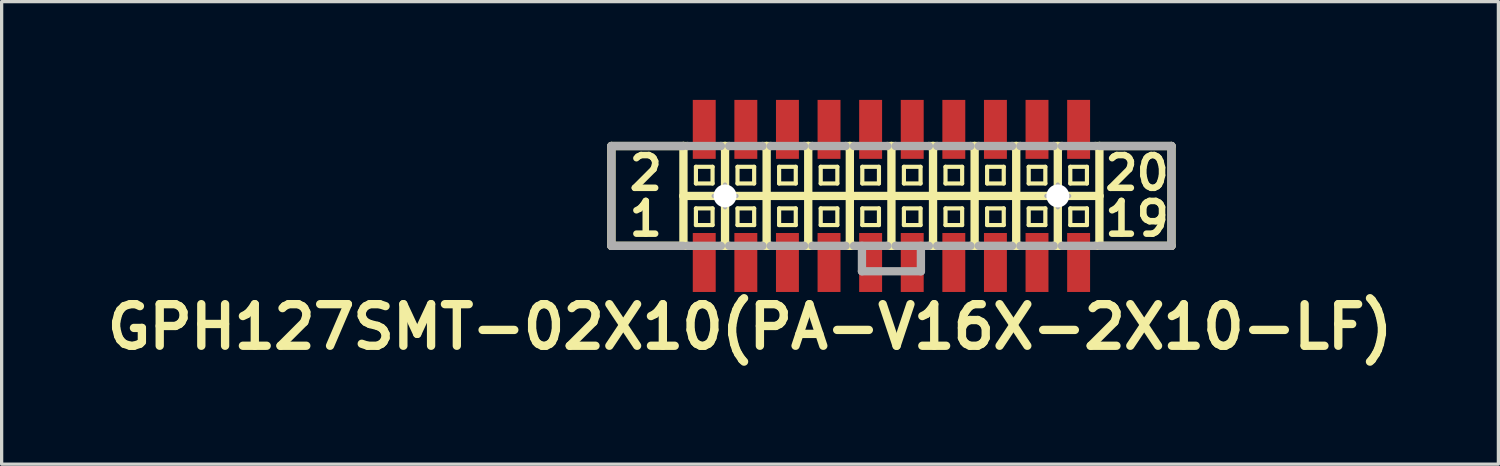
<source format=kicad_pcb>
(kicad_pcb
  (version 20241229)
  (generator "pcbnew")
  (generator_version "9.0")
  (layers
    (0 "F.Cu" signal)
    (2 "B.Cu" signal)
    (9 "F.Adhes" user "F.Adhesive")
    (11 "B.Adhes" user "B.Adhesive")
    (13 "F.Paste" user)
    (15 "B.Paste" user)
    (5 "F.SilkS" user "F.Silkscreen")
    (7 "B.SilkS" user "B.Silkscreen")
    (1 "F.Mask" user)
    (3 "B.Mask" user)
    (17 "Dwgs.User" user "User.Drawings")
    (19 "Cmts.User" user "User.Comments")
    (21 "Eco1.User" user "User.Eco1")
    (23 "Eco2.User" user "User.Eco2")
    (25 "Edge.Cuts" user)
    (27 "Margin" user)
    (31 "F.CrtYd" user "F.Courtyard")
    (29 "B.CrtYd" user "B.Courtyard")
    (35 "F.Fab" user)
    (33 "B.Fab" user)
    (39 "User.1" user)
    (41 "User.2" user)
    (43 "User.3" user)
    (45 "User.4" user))
  (footprint "GPH127SMT-02X10(PA-V16X-2X10-LF)"
    (layer "F.Cu")
    (at 24.166 2.932)
    (property "Reference" "GPH127SMT-02X10(PA-V16X-2X10-LF)" (at -4.318 4 0) (layer "F.SilkS") (effects (font (size 1.27 1.27) (thickness 0.254))))
    (attr smd)
    (fp_line (start -8.55 -1.524) (end -8.55 1.524) (stroke (width 0.254) (type solid)) (layer "F.SilkS"))
    (fp_line (start -8.55 1.524) (end -6.35 1.524) (stroke (width 0.254) (type solid)) (layer "F.SilkS"))
    (fp_line (start -6.35 -1.524) (end -8.55 -1.524) (stroke (width 0.254) (type solid)) (layer "F.SilkS"))
    (fp_line (start -6.35 -1.524) (end -6.35 0) (stroke (width 0.254) (type solid)) (layer "F.SilkS"))
    (fp_line (start -6.35 0) (end -6.35 1.524) (stroke (width 0.254) (type solid)) (layer "F.SilkS"))
    (fp_line (start -6.35 0) (end -5.08 0) (stroke (width 0.254) (type solid)) (layer "F.SilkS"))
    (fp_line (start -6.35 1.524) (end -6.223 1.524) (stroke (width 0.254) (type solid)) (layer "F.SilkS"))
    (fp_line (start -6.223 -1.524) (end -6.35 -1.524) (stroke (width 0.254) (type solid)) (layer "F.SilkS"))
    (fp_line (start -5.969 -0.889) (end -5.461 -0.889) (stroke (width 0.127) (type solid)) (layer "F.SilkS"))
    (fp_line (start -5.969 -0.381) (end -5.969 -0.889) (stroke (width 0.127) (type solid)) (layer "F.SilkS"))
    (fp_line (start -5.969 -0.381) (end -5.461 -0.381) (stroke (width 0.127) (type solid)) (layer "F.SilkS"))
    (fp_line (start -5.969 0.381) (end -5.461 0.381) (stroke (width 0.127) (type solid)) (layer "F.SilkS"))
    (fp_line (start -5.969 0.889) (end -5.969 0.381) (stroke (width 0.127) (type solid)) (layer "F.SilkS"))
    (fp_line (start -5.969 0.889) (end -5.461 0.889) (stroke (width 0.127) (type solid)) (layer "F.SilkS"))
    (fp_line (start -5.461 -0.381) (end -5.461 -0.889) (stroke (width 0.127) (type solid)) (layer "F.SilkS"))
    (fp_line (start -5.461 0.889) (end -5.461 0.381) (stroke (width 0.127) (type solid)) (layer "F.SilkS"))
    (fp_line (start -5.207 -1.524) (end -5.08 -1.524) (stroke (width 0.254) (type solid)) (layer "F.SilkS"))
    (fp_line (start -5.207 1.524) (end -5.08 1.524) (stroke (width 0.254) (type solid)) (layer "F.SilkS"))
    (fp_line (start -5.08 -1.524) (end -4.953 -1.524) (stroke (width 0.254) (type solid)) (layer "F.SilkS"))
    (fp_line (start -5.08 0) (end -5.08 -1.524) (stroke (width 0.254) (type solid)) (layer "F.SilkS"))
    (fp_line (start -5.08 0) (end -3.81 0) (stroke (width 0.254) (type solid)) (layer "F.SilkS"))
    (fp_line (start -5.08 1.524) (end -5.08 0) (stroke (width 0.254) (type solid)) (layer "F.SilkS"))
    (fp_line (start -5.08 1.524) (end -4.953 1.524) (stroke (width 0.254) (type solid)) (layer "F.SilkS"))
    (fp_line (start -4.699 -0.889) (end -4.191 -0.889) (stroke (width 0.127) (type solid)) (layer "F.SilkS"))
    (fp_line (start -4.699 -0.381) (end -4.699 -0.889) (stroke (width 0.127) (type solid)) (layer "F.SilkS"))
    (fp_line (start -4.699 -0.381) (end -4.191 -0.381) (stroke (width 0.127) (type solid)) (layer "F.SilkS"))
    (fp_line (start -4.699 0.381) (end -4.191 0.381) (stroke (width 0.127) (type solid)) (layer "F.SilkS"))
    (fp_line (start -4.699 0.889) (end -4.699 0.381) (stroke (width 0.127) (type solid)) (layer "F.SilkS"))
    (fp_line (start -4.699 0.889) (end -4.191 0.889) (stroke (width 0.127) (type solid)) (layer "F.SilkS"))
    (fp_line (start -4.191 -0.381) (end -4.191 -0.889) (stroke (width 0.127) (type solid)) (layer "F.SilkS"))
    (fp_line (start -4.191 0.889) (end -4.191 0.381) (stroke (width 0.127) (type solid)) (layer "F.SilkS"))
    (fp_line (start -3.937 -1.524) (end -3.81 -1.524) (stroke (width 0.254) (type solid)) (layer "F.SilkS"))
    (fp_line (start -3.937 1.524) (end -3.81 1.524) (stroke (width 0.254) (type solid)) (layer "F.SilkS"))
    (fp_line (start -3.81 -1.524) (end -3.683 -1.524) (stroke (width 0.254) (type solid)) (layer "F.SilkS"))
    (fp_line (start -3.81 0) (end -3.81 -1.524) (stroke (width 0.254) (type solid)) (layer "F.SilkS"))
    (fp_line (start -3.81 0) (end -2.54 0) (stroke (width 0.254) (type solid)) (layer "F.SilkS"))
    (fp_line (start -3.81 1.524) (end -3.81 0) (stroke (width 0.254) (type solid)) (layer "F.SilkS"))
    (fp_line (start -3.81 1.524) (end -3.683 1.524) (stroke (width 0.254) (type solid)) (layer "F.SilkS"))
    (fp_line (start -3.429 -0.889) (end -2.921 -0.889) (stroke (width 0.127) (type solid)) (layer "F.SilkS"))
    (fp_line (start -3.429 -0.381) (end -3.429 -0.889) (stroke (width 0.127) (type solid)) (layer "F.SilkS"))
    (fp_line (start -3.429 -0.381) (end -2.921 -0.381) (stroke (width 0.127) (type solid)) (layer "F.SilkS"))
    (fp_line (start -3.429 0.381) (end -2.921 0.381) (stroke (width 0.127) (type solid)) (layer "F.SilkS"))
    (fp_line (start -3.429 0.889) (end -3.429 0.381) (stroke (width 0.127) (type solid)) (layer "F.SilkS"))
    (fp_line (start -3.429 0.889) (end -2.921 0.889) (stroke (width 0.127) (type solid)) (layer "F.SilkS"))
    (fp_line (start -2.921 -0.381) (end -2.921 -0.889) (stroke (width 0.127) (type solid)) (layer "F.SilkS"))
    (fp_line (start -2.921 0.889) (end -2.921 0.381) (stroke (width 0.127) (type solid)) (layer "F.SilkS"))
    (fp_line (start -2.667 -1.524) (end -2.54 -1.524) (stroke (width 0.254) (type solid)) (layer "F.SilkS"))
    (fp_line (start -2.667 1.524) (end -2.54 1.524) (stroke (width 0.254) (type solid)) (layer "F.SilkS"))
    (fp_line (start -2.54 -1.524) (end -2.413 -1.524) (stroke (width 0.254) (type solid)) (layer "F.SilkS"))
    (fp_line (start -2.54 0) (end -2.54 -1.524) (stroke (width 0.254) (type solid)) (layer "F.SilkS"))
    (fp_line (start -2.54 0) (end -1.27 0) (stroke (width 0.254) (type solid)) (layer "F.SilkS"))
    (fp_line (start -2.54 1.524) (end -2.54 0) (stroke (width 0.254) (type solid)) (layer "F.SilkS"))
    (fp_line (start -2.54 1.524) (end -2.413 1.524) (stroke (width 0.254) (type solid)) (layer "F.SilkS"))
    (fp_line (start -2.159 -0.889) (end -1.651 -0.889) (stroke (width 0.127) (type solid)) (layer "F.SilkS"))
    (fp_line (start -2.159 -0.381) (end -2.159 -0.889) (stroke (width 0.127) (type solid)) (layer "F.SilkS"))
    (fp_line (start -2.159 -0.381) (end -1.651 -0.381) (stroke (width 0.127) (type solid)) (layer "F.SilkS"))
    (fp_line (start -2.159 0.381) (end -1.651 0.381) (stroke (width 0.127) (type solid)) (layer "F.SilkS"))
    (fp_line (start -2.159 0.889) (end -2.159 0.381) (stroke (width 0.127) (type solid)) (layer "F.SilkS"))
    (fp_line (start -2.159 0.889) (end -1.651 0.889) (stroke (width 0.127) (type solid)) (layer "F.SilkS"))
    (fp_line (start -1.651 -0.381) (end -1.651 -0.889) (stroke (width 0.127) (type solid)) (layer "F.SilkS"))
    (fp_line (start -1.651 0.889) (end -1.651 0.381) (stroke (width 0.127) (type solid)) (layer "F.SilkS"))
    (fp_line (start -1.397 -1.524) (end -1.27 -1.524) (stroke (width 0.254) (type solid)) (layer "F.SilkS"))
    (fp_line (start -1.397 1.524) (end -1.27 1.524) (stroke (width 0.254) (type solid)) (layer "F.SilkS"))
    (fp_line (start -1.27 -1.524) (end -1.143 -1.524) (stroke (width 0.254) (type solid)) (layer "F.SilkS"))
    (fp_line (start -1.27 0) (end -1.27 -1.524) (stroke (width 0.254) (type solid)) (layer "F.SilkS"))
    (fp_line (start -1.27 0) (end 0 0) (stroke (width 0.254) (type solid)) (layer "F.SilkS"))
    (fp_line (start -1.27 1.524) (end -1.27 0) (stroke (width 0.254) (type solid)) (layer "F.SilkS"))
    (fp_line (start -1.27 1.524) (end -1.143 1.524) (stroke (width 0.254) (type solid)) (layer "F.SilkS"))
    (fp_line (start -0.889 -0.889) (end -0.381 -0.889) (stroke (width 0.127) (type solid)) (layer "F.SilkS"))
    (fp_line (start -0.889 -0.381) (end -0.889 -0.889) (stroke (width 0.127) (type solid)) (layer "F.SilkS"))
    (fp_line (start -0.889 -0.381) (end -0.381 -0.381) (stroke (width 0.127) (type solid)) (layer "F.SilkS"))
    (fp_line (start -0.889 0.381) (end -0.381 0.381) (stroke (width 0.127) (type solid)) (layer "F.SilkS"))
    (fp_line (start -0.889 0.889) (end -0.889 0.381) (stroke (width 0.127) (type solid)) (layer "F.SilkS"))
    (fp_line (start -0.889 0.889) (end -0.381 0.889) (stroke (width 0.127) (type solid)) (layer "F.SilkS"))
    (fp_line (start -0.381 -0.381) (end -0.381 -0.889) (stroke (width 0.127) (type solid)) (layer "F.SilkS"))
    (fp_line (start -0.381 0.889) (end -0.381 0.381) (stroke (width 0.127) (type solid)) (layer "F.SilkS"))
    (fp_line (start -0.127 -1.524) (end 0 -1.524) (stroke (width 0.254) (type solid)) (layer "F.SilkS"))
    (fp_line (start -0.127 1.524) (end 0 1.524) (stroke (width 0.254) (type solid)) (layer "F.SilkS"))
    (fp_line (start 0 -1.524) (end 0.127 -1.524) (stroke (width 0.254) (type solid)) (layer "F.SilkS"))
    (fp_line (start 0 0) (end 0 -1.524) (stroke (width 0.254) (type solid)) (layer "F.SilkS"))
    (fp_line (start 0 0) (end 1.27 0) (stroke (width 0.254) (type solid)) (layer "F.SilkS"))
    (fp_line (start 0 1.524) (end 0 0) (stroke (width 0.254) (type solid)) (layer "F.SilkS"))
    (fp_line (start 0 1.524) (end 0.127 1.524) (stroke (width 0.254) (type solid)) (layer "F.SilkS"))
    (fp_line (start 0.381 -0.889) (end 0.889 -0.889) (stroke (width 0.127) (type solid)) (layer "F.SilkS"))
    (fp_line (start 0.381 -0.381) (end 0.381 -0.889) (stroke (width 0.127) (type solid)) (layer "F.SilkS"))
    (fp_line (start 0.381 -0.381) (end 0.889 -0.381) (stroke (width 0.127) (type solid)) (layer "F.SilkS"))
    (fp_line (start 0.381 0.381) (end 0.889 0.381) (stroke (width 0.127) (type solid)) (layer "F.SilkS"))
    (fp_line (start 0.381 0.889) (end 0.381 0.381) (stroke (width 0.127) (type solid)) (layer "F.SilkS"))
    (fp_line (start 0.381 0.889) (end 0.889 0.889) (stroke (width 0.127) (type solid)) (layer "F.SilkS"))
    (fp_line (start 0.889 -0.381) (end 0.889 -0.889) (stroke (width 0.127) (type solid)) (layer "F.SilkS"))
    (fp_line (start 0.889 0.889) (end 0.889 0.381) (stroke (width 0.127) (type solid)) (layer "F.SilkS"))
    (fp_line (start 1.143 -1.524) (end 1.27 -1.524) (stroke (width 0.254) (type solid)) (layer "F.SilkS"))
    (fp_line (start 1.143 1.524) (end 1.27 1.524) (stroke (width 0.254) (type solid)) (layer "F.SilkS"))
    (fp_line (start 1.27 -1.524) (end 1.397 -1.524) (stroke (width 0.254) (type solid)) (layer "F.SilkS"))
    (fp_line (start 1.27 0) (end 1.27 -1.524) (stroke (width 0.254) (type solid)) (layer "F.SilkS"))
    (fp_line (start 1.27 0) (end 2.54 0) (stroke (width 0.254) (type solid)) (layer "F.SilkS"))
    (fp_line (start 1.27 1.524) (end 1.27 0) (stroke (width 0.254) (type solid)) (layer "F.SilkS"))
    (fp_line (start 1.27 1.524) (end 1.397 1.524) (stroke (width 0.254) (type solid)) (layer "F.SilkS"))
    (fp_line (start 1.651 -0.889) (end 2.159 -0.889) (stroke (width 0.127) (type solid)) (layer "F.SilkS"))
    (fp_line (start 1.651 -0.381) (end 1.651 -0.889) (stroke (width 0.127) (type solid)) (layer "F.SilkS"))
    (fp_line (start 1.651 -0.381) (end 2.159 -0.381) (stroke (width 0.127) (type solid)) (layer "F.SilkS"))
    (fp_line (start 1.651 0.381) (end 2.159 0.381) (stroke (width 0.127) (type solid)) (layer "F.SilkS"))
    (fp_line (start 1.651 0.889) (end 1.651 0.381) (stroke (width 0.127) (type solid)) (layer "F.SilkS"))
    (fp_line (start 1.651 0.889) (end 2.159 0.889) (stroke (width 0.127) (type solid)) (layer "F.SilkS"))
    (fp_line (start 2.159 -0.381) (end 2.159 -0.889) (stroke (width 0.127) (type solid)) (layer "F.SilkS"))
    (fp_line (start 2.159 0.889) (end 2.159 0.381) (stroke (width 0.127) (type solid)) (layer "F.SilkS"))
    (fp_line (start 2.413 -1.524) (end 2.54 -1.524) (stroke (width 0.254) (type solid)) (layer "F.SilkS"))
    (fp_line (start 2.413 1.524) (end 2.54 1.524) (stroke (width 0.254) (type solid)) (layer "F.SilkS"))
    (fp_line (start 2.54 -1.524) (end 2.667 -1.524) (stroke (width 0.254) (type solid)) (layer "F.SilkS"))
    (fp_line (start 2.54 0) (end 2.54 -1.524) (stroke (width 0.254) (type solid)) (layer "F.SilkS"))
    (fp_line (start 2.54 0) (end 3.81 0) (stroke (width 0.254) (type solid)) (layer "F.SilkS"))
    (fp_line (start 2.54 1.524) (end 2.54 0) (stroke (width 0.254) (type solid)) (layer "F.SilkS"))
    (fp_line (start 2.54 1.524) (end 2.667 1.524) (stroke (width 0.254) (type solid)) (layer "F.SilkS"))
    (fp_line (start 2.921 -0.889) (end 3.429 -0.889) (stroke (width 0.127) (type solid)) (layer "F.SilkS"))
    (fp_line (start 2.921 -0.381) (end 2.921 -0.889) (stroke (width 0.127) (type solid)) (layer "F.SilkS"))
    (fp_line (start 2.921 -0.381) (end 3.429 -0.381) (stroke (width 0.127) (type solid)) (layer "F.SilkS"))
    (fp_line (start 2.921 0.381) (end 3.429 0.381) (stroke (width 0.127) (type solid)) (layer "F.SilkS"))
    (fp_line (start 2.921 0.889) (end 2.921 0.381) (stroke (width 0.127) (type solid)) (layer "F.SilkS"))
    (fp_line (start 2.921 0.889) (end 3.429 0.889) (stroke (width 0.127) (type solid)) (layer "F.SilkS"))
    (fp_line (start 3.429 -0.381) (end 3.429 -0.889) (stroke (width 0.127) (type solid)) (layer "F.SilkS"))
    (fp_line (start 3.429 0.889) (end 3.429 0.381) (stroke (width 0.127) (type solid)) (layer "F.SilkS"))
    (fp_line (start 3.683 -1.524) (end 3.81 -1.524) (stroke (width 0.254) (type solid)) (layer "F.SilkS"))
    (fp_line (start 3.683 1.524) (end 3.81 1.524) (stroke (width 0.254) (type solid)) (layer "F.SilkS"))
    (fp_line (start 3.81 -1.524) (end 3.937 -1.524) (stroke (width 0.254) (type solid)) (layer "F.SilkS"))
    (fp_line (start 3.81 0) (end 3.81 -1.524) (stroke (width 0.254) (type solid)) (layer "F.SilkS"))
    (fp_line (start 3.81 0) (end 5.08 0) (stroke (width 0.254) (type solid)) (layer "F.SilkS"))
    (fp_line (start 3.81 1.524) (end 3.81 0) (stroke (width 0.254) (type solid)) (layer "F.SilkS"))
    (fp_line (start 3.81 1.524) (end 3.937 1.524) (stroke (width 0.254) (type solid)) (layer "F.SilkS"))
    (fp_line (start 4.191 -0.889) (end 4.699 -0.889) (stroke (width 0.127) (type solid)) (layer "F.SilkS"))
    (fp_line (start 4.191 -0.381) (end 4.191 -0.889) (stroke (width 0.127) (type solid)) (layer "F.SilkS"))
    (fp_line (start 4.191 -0.381) (end 4.699 -0.381) (stroke (width 0.127) (type solid)) (layer "F.SilkS"))
    (fp_line (start 4.191 0.381) (end 4.699 0.381) (stroke (width 0.127) (type solid)) (layer "F.SilkS"))
    (fp_line (start 4.191 0.889) (end 4.191 0.381) (stroke (width 0.127) (type solid)) (layer "F.SilkS"))
    (fp_line (start 4.191 0.889) (end 4.699 0.889) (stroke (width 0.127) (type solid)) (layer "F.SilkS"))
    (fp_line (start 4.699 -0.381) (end 4.699 -0.889) (stroke (width 0.127) (type solid)) (layer "F.SilkS"))
    (fp_line (start 4.699 0.889) (end 4.699 0.381) (stroke (width 0.127) (type solid)) (layer "F.SilkS"))
    (fp_line (start 4.953 -1.524) (end 5.207 -1.524) (stroke (width 0.254) (type solid)) (layer "F.SilkS"))
    (fp_line (start 4.953 1.524) (end 5.08 1.524) (stroke (width 0.254) (type solid)) (layer "F.SilkS"))
    (fp_line (start 5.08 0) (end 5.08 -1.524) (stroke (width 0.254) (type solid)) (layer "F.SilkS"))
    (fp_line (start 5.08 0) (end 6.35 0) (stroke (width 0.254) (type solid)) (layer "F.SilkS"))
    (fp_line (start 5.08 1.524) (end 5.08 0) (stroke (width 0.254) (type solid)) (layer "F.SilkS"))
    (fp_line (start 5.08 1.524) (end 5.207 1.524) (stroke (width 0.254) (type solid)) (layer "F.SilkS"))
    (fp_line (start 5.461 -0.889) (end 5.969 -0.889) (stroke (width 0.127) (type solid)) (layer "F.SilkS"))
    (fp_line (start 5.461 -0.381) (end 5.461 -0.889) (stroke (width 0.127) (type solid)) (layer "F.SilkS"))
    (fp_line (start 5.461 -0.381) (end 5.969 -0.381) (stroke (width 0.127) (type solid)) (layer "F.SilkS"))
    (fp_line (start 5.461 0.381) (end 5.969 0.381) (stroke (width 0.127) (type solid)) (layer "F.SilkS"))
    (fp_line (start 5.461 0.889) (end 5.461 0.381) (stroke (width 0.127) (type solid)) (layer "F.SilkS"))
    (fp_line (start 5.461 0.889) (end 5.969 0.889) (stroke (width 0.127) (type solid)) (layer "F.SilkS"))
    (fp_line (start 5.969 -0.381) (end 5.969 -0.889) (stroke (width 0.127) (type solid)) (layer "F.SilkS"))
    (fp_line (start 5.969 0.889) (end 5.969 0.381) (stroke (width 0.127) (type solid)) (layer "F.SilkS"))
    (fp_line (start 6.223 -1.524) (end 6.35 -1.524) (stroke (width 0.254) (type solid)) (layer "F.SilkS"))
    (fp_line (start 6.35 -1.524) (end 6.35 0) (stroke (width 0.254) (type solid)) (layer "F.SilkS"))
    (fp_line (start 6.35 -1.524) (end 8.55 -1.524) (stroke (width 0.254) (type solid)) (layer "F.SilkS"))
    (fp_line (start 6.35 0) (end 6.35 1.524) (stroke (width 0.254) (type solid)) (layer "F.SilkS"))
    (fp_line (start 6.35 1.524) (end 6.223 1.524) (stroke (width 0.254) (type solid)) (layer "F.SilkS"))
    (fp_line (start 8.55 -1.524) (end 8.55 1.524) (stroke (width 0.254) (type solid)) (layer "F.SilkS"))
    (fp_line (start 8.55 1.524) (end 6.35 1.524) (stroke (width 0.254) (type solid)) (layer "F.SilkS"))
    (fp_line (start -8.55 -1.524) (end -8.55 1.524) (stroke (width 0.254) (type solid)) (layer "F.Fab"))
    (fp_line (start -8.55 1.524) (end -6.35 1.524) (stroke (width 0.254) (type solid)) (layer "F.Fab"))
    (fp_line (start -6.35 -1.524) (end -8.55 -1.524) (stroke (width 0.254) (type solid)) (layer "F.Fab"))
    (fp_line (start -6.223 -1.524) (end -5.207 -1.524) (stroke (width 0.254) (type solid)) (layer "F.Fab"))
    (fp_line (start -6.223 1.524) (end -5.207 1.524) (stroke (width 0.254) (type solid)) (layer "F.Fab"))
    (fp_line (start -5.428 0) (end -4.729 0) (stroke (width 0.127) (type solid)) (layer "F.Fab"))
    (fp_line (start -5.08 0.348) (end -5.08 -0.348) (stroke (width 0.127) (type solid)) (layer "F.Fab"))
    (fp_line (start -4.953 -1.524) (end -3.937 -1.524) (stroke (width 0.254) (type solid)) (layer "F.Fab"))
    (fp_line (start -4.953 1.524) (end -3.937 1.524) (stroke (width 0.254) (type solid)) (layer "F.Fab"))
    (fp_line (start -3.683 -1.524) (end -2.667 -1.524) (stroke (width 0.254) (type solid)) (layer "F.Fab"))
    (fp_line (start -3.683 1.524) (end -2.667 1.524) (stroke (width 0.254) (type solid)) (layer "F.Fab"))
    (fp_line (start -2.413 -1.524) (end -1.397 -1.524) (stroke (width 0.254) (type solid)) (layer "F.Fab"))
    (fp_line (start -2.413 1.524) (end -1.397 1.524) (stroke (width 0.254) (type solid)) (layer "F.Fab"))
    (fp_line (start -1.143 -1.524) (end -0.127 -1.524) (stroke (width 0.254) (type solid)) (layer "F.Fab"))
    (fp_line (start -1.143 1.524) (end -0.127 1.524) (stroke (width 0.254) (type solid)) (layer "F.Fab"))
    (fp_line (start -0.9 2.3) (end -0.9 1.524) (stroke (width 0.254) (type solid)) (layer "F.Fab"))
    (fp_line (start -0.9 2.3) (end 0.9 2.3) (stroke (width 0.254) (type solid)) (layer "F.Fab"))
    (fp_line (start 0.127 -1.524) (end 1.143 -1.524) (stroke (width 0.254) (type solid)) (layer "F.Fab"))
    (fp_line (start 0.127 1.524) (end 1.143 1.524) (stroke (width 0.254) (type solid)) (layer "F.Fab"))
    (fp_line (start 0.9 2.3) (end 0.9 1.524) (stroke (width 0.254) (type solid)) (layer "F.Fab"))
    (fp_line (start 1.397 -1.524) (end 2.413 -1.524) (stroke (width 0.254) (type solid)) (layer "F.Fab"))
    (fp_line (start 1.397 1.524) (end 2.413 1.524) (stroke (width 0.254) (type solid)) (layer "F.Fab"))
    (fp_line (start 2.667 -1.524) (end 3.683 -1.524) (stroke (width 0.254) (type solid)) (layer "F.Fab"))
    (fp_line (start 2.667 1.524) (end 3.683 1.524) (stroke (width 0.254) (type solid)) (layer "F.Fab"))
    (fp_line (start 3.937 -1.524) (end 4.953 -1.524) (stroke (width 0.254) (type solid)) (layer "F.Fab"))
    (fp_line (start 3.937 1.524) (end 4.953 1.524) (stroke (width 0.254) (type solid)) (layer "F.Fab"))
    (fp_line (start 4.729 0) (end 5.428 0) (stroke (width 0.127) (type solid)) (layer "F.Fab"))
    (fp_line (start 5.08 0.348) (end 5.08 -0.348) (stroke (width 0.127) (type solid)) (layer "F.Fab"))
    (fp_line (start 5.207 -1.524) (end 6.223 -1.524) (stroke (width 0.254) (type solid)) (layer "F.Fab"))
    (fp_line (start 5.207 1.524) (end 6.223 1.524) (stroke (width 0.254) (type solid)) (layer "F.Fab"))
    (fp_line (start 6.35 -1.524) (end 8.55 -1.524) (stroke (width 0.254) (type solid)) (layer "F.Fab"))
    (fp_line (start 8.55 -1.524) (end 8.55 1.524) (stroke (width 0.254) (type solid)) (layer "F.Fab"))
    (fp_line (start 8.55 1.524) (end 6.35 1.524) (stroke (width 0.254) (type solid)) (layer "F.Fab"))
    (fp_circle (center -5.08 0) (end -5.253 0.173) (stroke (width 0.127) (type solid)) (fill no) (layer "F.Fab"))
    (fp_circle (center 5.08 0) (end 5.253 0.173) (stroke (width 0.127) (type solid)) (fill no) (layer "F.Fab"))
    (fp_text user "19" (at 7.5 0.7 0) (layer "F.SilkS") (effects (font (size 1 1) (thickness 0.2))))
    (fp_text user "2" (at -7.5 -0.7 0) (layer "F.SilkS") (effects (font (size 1 1) (thickness 0.2))))
    (fp_text user "1" (at -7.5 0.7 0) (layer "F.SilkS") (effects (font (size 1 1) (thickness 0.2))))
    (fp_text user "20" (at 7.5 -0.7 0) (layer "F.SilkS") (effects (font (size 1 1) (thickness 0.2))))
    (pad "" np_thru_hole circle (at -5.08 0 90) (size 0.7 0.7) (drill 0.7) (layers "*.Cu" "*.Mask"))
    (pad "" np_thru_hole circle (at 5.08 0 90) (size 0.7 0.7) (drill 0.7) (layers "*.Cu" "*.Mask"))
    (pad "1" smd rect (at -5.715 2.032 270) (size 1.8 0.7) (layers "F.Cu" "F.Mask" "F.Paste"))
    (pad "2" smd rect (at -5.715 -2.032 270) (size 1.8 0.7) (layers "F.Cu" "F.Mask" "F.Paste"))
    (pad "3" smd rect (at -4.445 2.032 270) (size 1.8 0.7) (layers "F.Cu" "F.Mask" "F.Paste"))
    (pad "4" smd rect (at -4.445 -2.032 270) (size 1.8 0.7) (layers "F.Cu" "F.Mask" "F.Paste"))
    (pad "5" smd rect (at -3.175 2.032 270) (size 1.8 0.7) (layers "F.Cu" "F.Mask" "F.Paste"))
    (pad "6" smd rect (at -3.175 -2.032 270) (size 1.8 0.7) (layers "F.Cu" "F.Mask" "F.Paste"))
    (pad "7" smd rect (at -1.905 2.032 270) (size 1.8 0.7) (layers "F.Cu" "F.Mask" "F.Paste"))
    (pad "8" smd rect (at -1.905 -2.032 270) (size 1.8 0.7) (layers "F.Cu" "F.Mask" "F.Paste"))
    (pad "9" smd rect (at -0.635 2.032 270) (size 1.8 0.7) (layers "F.Cu" "F.Mask" "F.Paste"))
    (pad "10" smd rect (at -0.635 -2.032 270) (size 1.8 0.7) (layers "F.Cu" "F.Mask" "F.Paste"))
    (pad "11" smd rect (at 0.635 2.032 270) (size 1.8 0.7) (layers "F.Cu" "F.Mask" "F.Paste"))
    (pad "12" smd rect (at 0.635 -2.032 270) (size 1.8 0.7) (layers "F.Cu" "F.Mask" "F.Paste"))
    (pad "13" smd rect (at 1.905 2.032 90) (size 1.8 0.7) (layers "F.Cu" "F.Mask" "F.Paste"))
    (pad "14" smd rect (at 1.905 -2.032 90) (size 1.8 0.7) (layers "F.Cu" "F.Mask" "F.Paste"))
    (pad "15" smd rect (at 3.175 2.032 90) (size 1.8 0.7) (layers "F.Cu" "F.Mask" "F.Paste"))
    (pad "16" smd rect (at 3.175 -2.032 90) (size 1.8 0.7) (layers "F.Cu" "F.Mask" "F.Paste"))
    (pad "17" smd rect (at 4.445 2.032 90) (size 1.8 0.7) (layers "F.Cu" "F.Mask" "F.Paste"))
    (pad "18" smd rect (at 4.445 -2.032 90) (size 1.8 0.7) (layers "F.Cu" "F.Mask" "F.Paste"))
    (pad "19" smd rect (at 5.715 2.032 90) (size 1.8 0.7) (layers "F.Cu" "F.Mask" "F.Paste"))
    (pad "20" smd rect (at 5.715 -2.032 90) (size 1.8 0.7) (layers "F.Cu" "F.Mask" "F.Paste")))
  (gr_rect
    (start -3 -3)
    (end 42.697 11.121)
    (stroke (width 0.1) (type default))
    (fill no)
    (layer "Edge.Cuts")))
</source>
